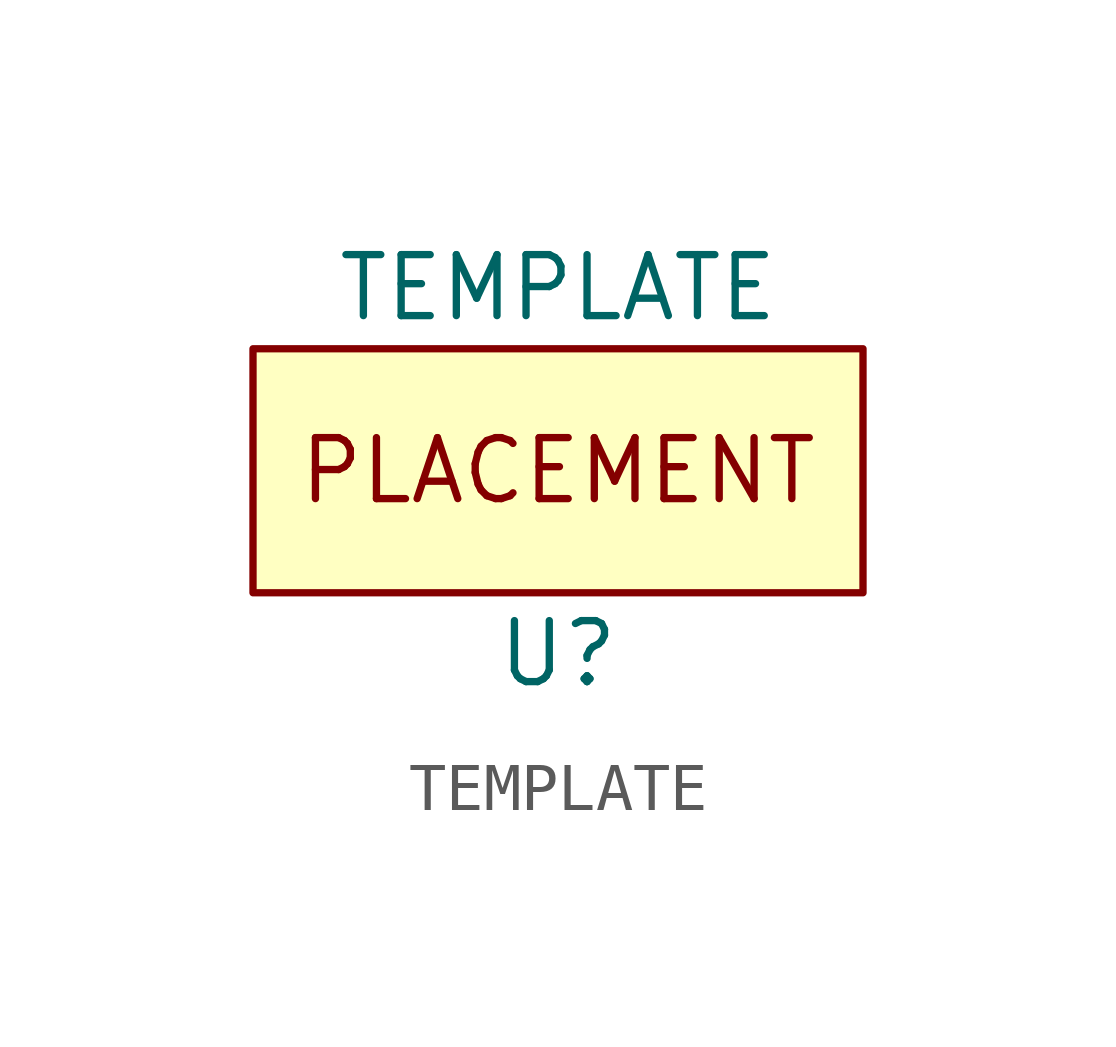
<source format=kicad_sym>
(kicad_symbol_lib
  (version 20211014)
  (generator kicad_symbol_editor)
  (symbol "TEMPLATE"
    (pin_names
      (offset 1.016))
    (property "Reference" "U"
      (at 0 -3.81 0)
      (effects (font (size 1.27 1.27))))
    (property "Value" "TEMPLATE"
      (at 0 3.81 0)
      (effects (font (size 1.27 1.27))))
    (symbol "TEMPLATE_0_0"
      (rectangle (start -6.35 2.54) (end 6.35 -2.54) (stroke (width 0) (type default) (color 0 0 0 0)) (fill (type background)))
      (text "PLACEMENT" (at 0 0 0) (effects (font (size 1.27 1.27)))))))
</source>
